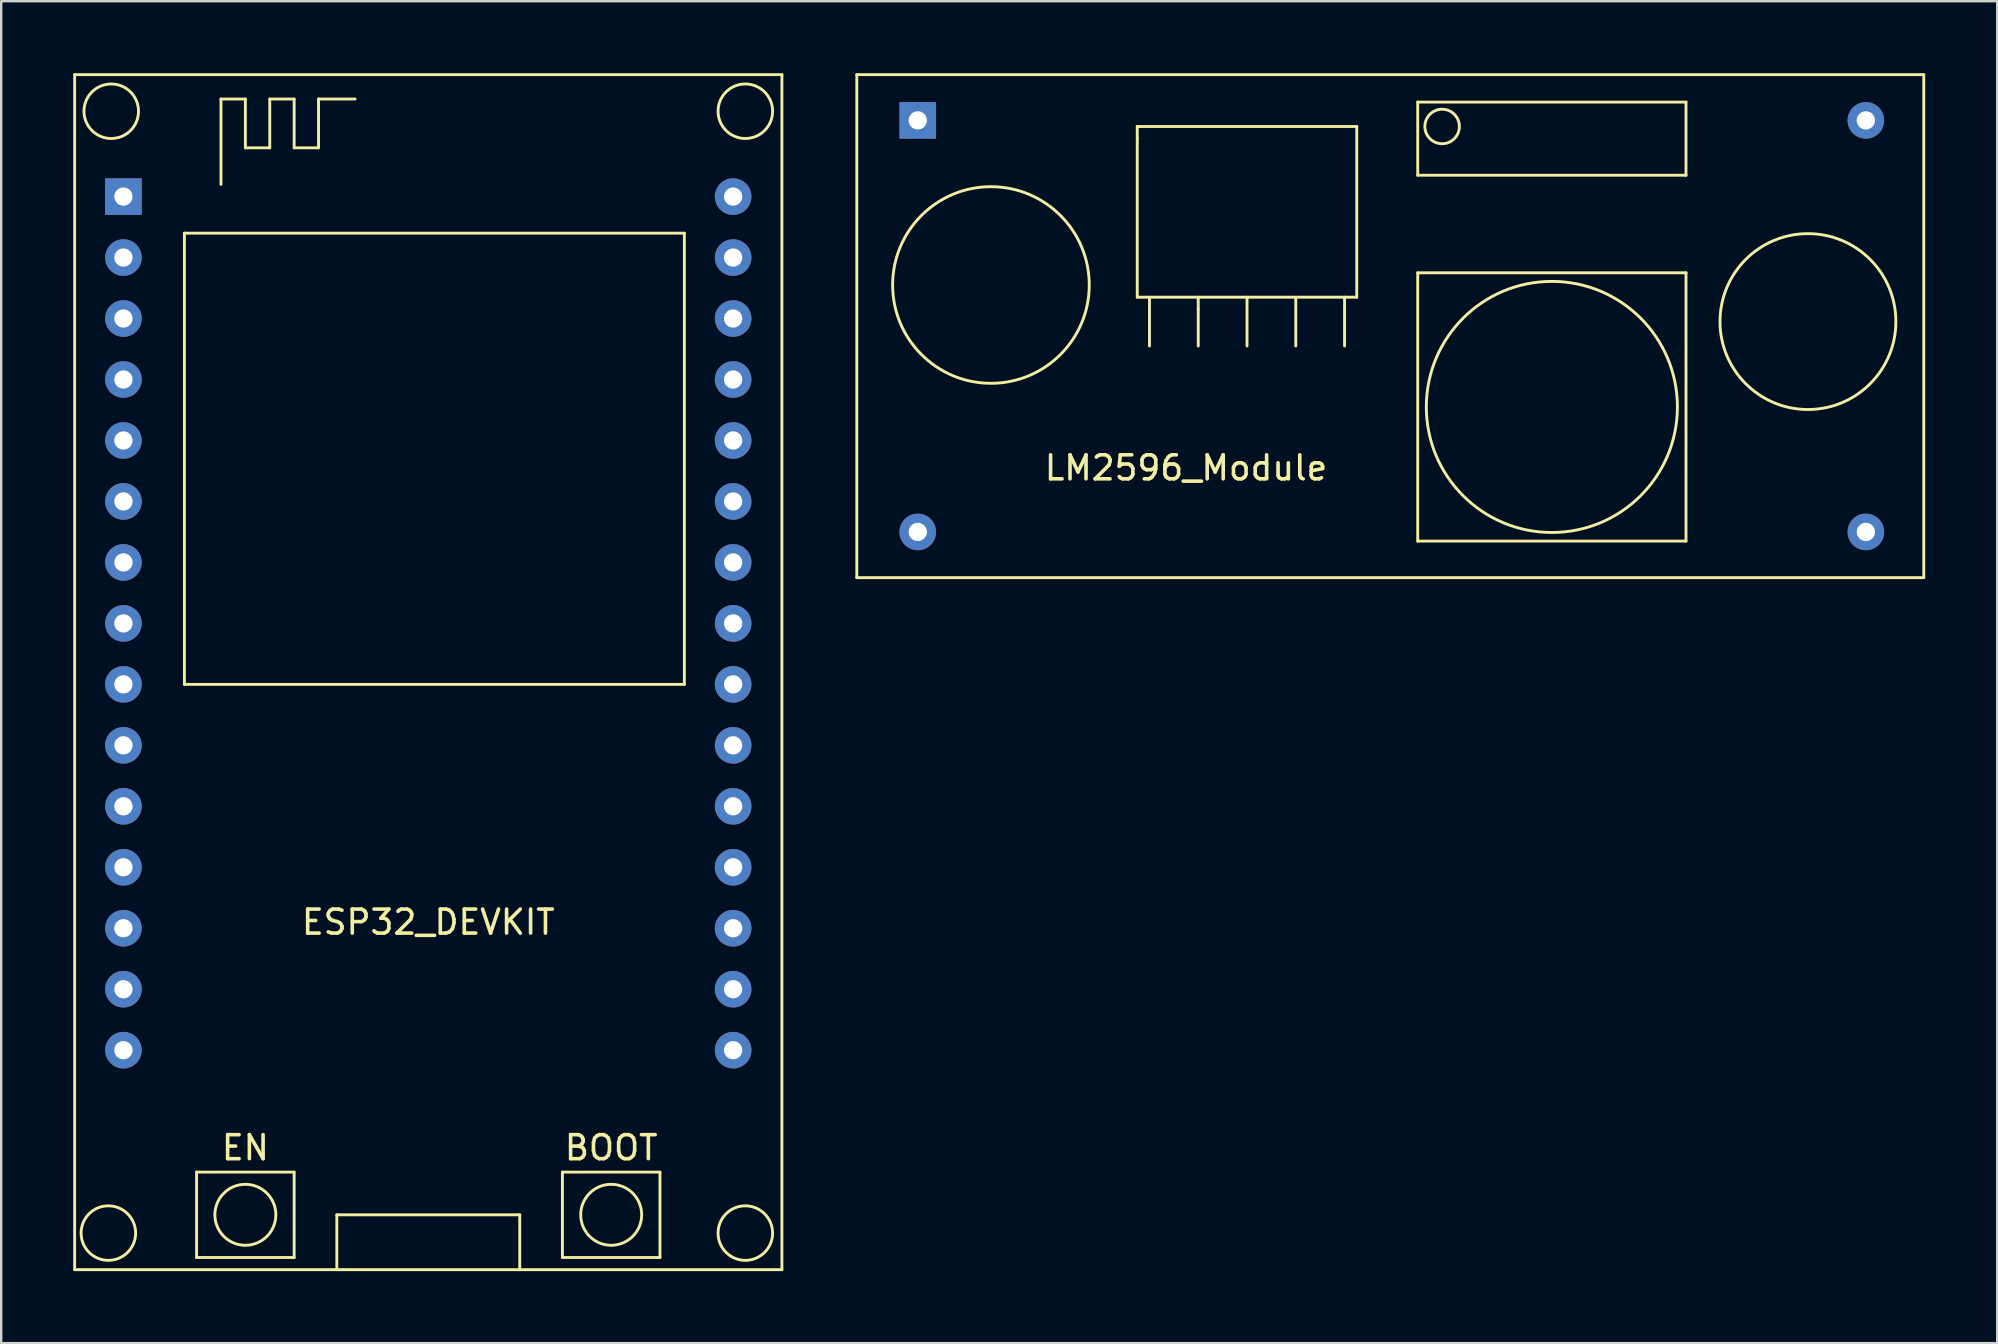
<source format=kicad_pcb>
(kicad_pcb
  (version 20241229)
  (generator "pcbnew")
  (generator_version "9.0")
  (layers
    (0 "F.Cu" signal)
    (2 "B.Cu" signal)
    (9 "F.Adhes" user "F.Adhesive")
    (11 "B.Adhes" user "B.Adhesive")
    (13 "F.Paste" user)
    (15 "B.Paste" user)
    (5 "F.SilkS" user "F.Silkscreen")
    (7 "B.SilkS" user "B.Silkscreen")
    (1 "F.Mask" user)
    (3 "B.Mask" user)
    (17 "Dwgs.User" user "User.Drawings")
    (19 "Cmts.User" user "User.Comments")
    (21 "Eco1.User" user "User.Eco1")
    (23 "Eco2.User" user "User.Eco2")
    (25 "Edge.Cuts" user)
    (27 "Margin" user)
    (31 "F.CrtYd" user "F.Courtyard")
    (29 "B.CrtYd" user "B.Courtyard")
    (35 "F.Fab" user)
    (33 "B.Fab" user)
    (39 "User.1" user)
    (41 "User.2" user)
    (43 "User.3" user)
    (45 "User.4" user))
  (footprint "LM2596_Module"
    (layer "F.Cu")
    (at 55.504 10.855)
    (property "Reference" "LM2596_Module" (at -9.144 5.588 0) (layer "F.SilkS") (effects (font (size 1 1) (thickness 0.15))))
    (attr through_hole)
    (fp_line (start -22.86 -10.795) (end 21.59 -10.795) (stroke (width 0.12) (type solid)) (layer "F.SilkS"))
    (fp_line (start -22.86 10.16) (end -22.86 -10.795) (stroke (width 0.12) (type solid)) (layer "F.SilkS"))
    (fp_line (start -11.176 -8.636) (end -2.032 -8.636) (stroke (width 0.12) (type solid)) (layer "F.SilkS"))
    (fp_line (start -11.176 -8.128) (end -11.176 -8.636) (stroke (width 0.12) (type solid)) (layer "F.SilkS"))
    (fp_line (start -11.176 -1.524) (end -11.176 -8.128) (stroke (width 0.12) (type solid)) (layer "F.SilkS"))
    (fp_line (start -10.668 -1.524) (end -10.668 0.508) (stroke (width 0.12) (type solid)) (layer "F.SilkS"))
    (fp_line (start -8.636 -1.016) (end -8.636 -1.524) (stroke (width 0.12) (type solid)) (layer "F.SilkS"))
    (fp_line (start -8.636 -1.016) (end -8.636 0.508) (stroke (width 0.12) (type solid)) (layer "F.SilkS"))
    (fp_line (start -6.604 -1.524) (end -6.604 0.508) (stroke (width 0.12) (type solid)) (layer "F.SilkS"))
    (fp_line (start -4.572 -1.524) (end -4.572 0.508) (stroke (width 0.12) (type solid)) (layer "F.SilkS"))
    (fp_line (start -2.54 -1.524) (end -2.54 0.508) (stroke (width 0.12) (type solid)) (layer "F.SilkS"))
    (fp_line (start -2.032 -8.636) (end -2.032 -1.524) (stroke (width 0.12) (type solid)) (layer "F.SilkS"))
    (fp_line (start -2.032 -1.524) (end -11.176 -1.524) (stroke (width 0.12) (type solid)) (layer "F.SilkS"))
    (fp_line (start 0.508 -9.652) (end 11.684 -9.652) (stroke (width 0.12) (type solid)) (layer "F.SilkS"))
    (fp_line (start 0.508 -6.604) (end 0.508 -9.652) (stroke (width 0.12) (type solid)) (layer "F.SilkS"))
    (fp_line (start 0.508 -2.54) (end 0.508 8.636) (stroke (width 0.12) (type solid)) (layer "F.SilkS"))
    (fp_line (start 0.508 8.636) (end 11.684 8.636) (stroke (width 0.12) (type solid)) (layer "F.SilkS"))
    (fp_line (start 11.684 -9.652) (end 11.684 -6.604) (stroke (width 0.12) (type solid)) (layer "F.SilkS"))
    (fp_line (start 11.684 -6.604) (end 0.508 -6.604) (stroke (width 0.12) (type solid)) (layer "F.SilkS"))
    (fp_line (start 11.684 -2.54) (end 0.508 -2.54) (stroke (width 0.12) (type solid)) (layer "F.SilkS"))
    (fp_line (start 11.684 8.636) (end 11.684 -2.54) (stroke (width 0.12) (type solid)) (layer "F.SilkS"))
    (fp_line (start 21.59 -10.795) (end 21.59 10.16) (stroke (width 0.12) (type solid)) (layer "F.SilkS"))
    (fp_line (start 21.59 10.16) (end -22.86 10.16) (stroke (width 0.12) (type solid)) (layer "F.SilkS"))
    (fp_circle (center -17.272 -2.032) (end -15.24 -5.588) (stroke (width 0.12) (type solid)) (fill no) (layer "F.SilkS"))
    (fp_circle (center 1.524 -8.636) (end 2.032 -8.128) (stroke (width 0.12) (type solid)) (fill no) (layer "F.SilkS"))
    (fp_circle (center 6.096 3.048) (end 10.668 5.588) (stroke (width 0.12) (type solid)) (fill no) (layer "F.SilkS"))
    (fp_circle (center 16.764 -0.508) (end 19.812 -2.54) (stroke (width 0.12) (type solid)) (fill no) (layer "F.SilkS"))
    (pad "1" thru_hole rect (at -20.32 -8.89) (size 1.524 1.524) (drill 0.762) (layers "*.Cu" "*.Mask"))
    (pad "2" thru_hole circle (at -20.32 8.255) (size 1.524 1.524) (drill 0.762) (layers "*.Cu" "*.Mask"))
    (pad "3" thru_hole circle (at 19.177 -8.89) (size 1.524 1.524) (drill 0.762) (layers "*.Cu" "*.Mask"))
    (pad "4" thru_hole circle (at 19.177 8.255) (size 1.524 1.524) (drill 0.762) (layers "*.Cu" "*.Mask")))
  (footprint "ESP32_DEVKIT"
    (layer "F.Cu")
    (at 14.792 20.38)
    (property "Reference" "ESP32_DEVKIT" (at 0 14.986 0) (layer "F.SilkS") (effects (font (size 1 1) (thickness 0.15))))
    (attr through_hole)
    (fp_line (start -14.732 -20.32) (end 14.732 -20.32) (stroke (width 0.12) (type solid)) (layer "F.SilkS"))
    (fp_line (start -14.732 29.464) (end -14.732 -20.32) (stroke (width 0.12) (type solid)) (layer "F.SilkS"))
    (fp_line (start -10.16 -13.716) (end 10.668 -13.716) (stroke (width 0.12) (type solid)) (layer "F.SilkS"))
    (fp_line (start -10.16 5.08) (end -10.16 -13.716) (stroke (width 0.12) (type solid)) (layer "F.SilkS"))
    (fp_line (start -9.652 25.4) (end -5.588 25.4) (stroke (width 0.12) (type solid)) (layer "F.SilkS"))
    (fp_line (start -9.652 28.956) (end -9.652 25.4) (stroke (width 0.12) (type solid)) (layer "F.SilkS"))
    (fp_line (start -8.636 -19.304) (end -7.62 -19.304) (stroke (width 0.12) (type solid)) (layer "F.SilkS"))
    (fp_line (start -8.636 -15.748) (end -8.636 -19.304) (stroke (width 0.12) (type solid)) (layer "F.SilkS"))
    (fp_line (start -7.62 -19.304) (end -7.62 -17.272) (stroke (width 0.12) (type solid)) (layer "F.SilkS"))
    (fp_line (start -7.62 -17.272) (end -6.604 -17.272) (stroke (width 0.12) (type solid)) (layer "F.SilkS"))
    (fp_line (start -6.604 -19.304) (end -5.588 -19.304) (stroke (width 0.12) (type solid)) (layer "F.SilkS"))
    (fp_line (start -6.604 -17.272) (end -6.604 -19.304) (stroke (width 0.12) (type solid)) (layer "F.SilkS"))
    (fp_line (start -5.588 -19.304) (end -5.588 -17.272) (stroke (width 0.12) (type solid)) (layer "F.SilkS"))
    (fp_line (start -5.588 -17.272) (end -4.572 -17.272) (stroke (width 0.12) (type solid)) (layer "F.SilkS"))
    (fp_line (start -5.588 25.4) (end -5.588 28.956) (stroke (width 0.12) (type solid)) (layer "F.SilkS"))
    (fp_line (start -5.588 28.956) (end -9.652 28.956) (stroke (width 0.12) (type solid)) (layer "F.SilkS"))
    (fp_line (start -4.572 -19.304) (end -3.048 -19.304) (stroke (width 0.12) (type solid)) (layer "F.SilkS"))
    (fp_line (start -4.572 -17.272) (end -4.572 -19.304) (stroke (width 0.12) (type solid)) (layer "F.SilkS"))
    (fp_line (start -3.81 27.178) (end 3.81 27.178) (stroke (width 0.12) (type solid)) (layer "F.SilkS"))
    (fp_line (start -3.81 29.464) (end -3.81 27.178) (stroke (width 0.12) (type solid)) (layer "F.SilkS"))
    (fp_line (start 3.81 27.178) (end 3.81 29.464) (stroke (width 0.12) (type solid)) (layer "F.SilkS"))
    (fp_line (start 5.588 25.4) (end 9.652 25.4) (stroke (width 0.12) (type solid)) (layer "F.SilkS"))
    (fp_line (start 5.588 28.956) (end 5.588 25.4) (stroke (width 0.12) (type solid)) (layer "F.SilkS"))
    (fp_line (start 9.652 25.4) (end 9.652 28.956) (stroke (width 0.12) (type solid)) (layer "F.SilkS"))
    (fp_line (start 9.652 28.956) (end 5.588 28.956) (stroke (width 0.12) (type solid)) (layer "F.SilkS"))
    (fp_line (start 10.668 -13.716) (end 10.668 5.08) (stroke (width 0.12) (type solid)) (layer "F.SilkS"))
    (fp_line (start 10.668 5.08) (end -10.16 5.08) (stroke (width 0.12) (type solid)) (layer "F.SilkS"))
    (fp_line (start 14.732 -20.32) (end 14.732 29.464) (stroke (width 0.12) (type solid)) (layer "F.SilkS"))
    (fp_line (start 14.732 29.464) (end -14.732 29.464) (stroke (width 0.12) (type solid)) (layer "F.SilkS"))
    (fp_circle (center -13.328 27.94) (end -12.312 28.448) (stroke (width 0.12) (type solid)) (fill no) (layer "F.SilkS"))
    (fp_circle (center -13.208 -18.796) (end -12.192 -18.288) (stroke (width 0.12) (type solid)) (fill no) (layer "F.SilkS"))
    (fp_circle (center -7.62 27.178) (end -8.89 27.178) (stroke (width 0.12) (type solid)) (fill no) (layer "F.SilkS"))
    (fp_circle (center 7.62 27.178) (end 8.89 27.178) (stroke (width 0.12) (type solid)) (fill no) (layer "F.SilkS"))
    (fp_circle (center 13.208 -18.796) (end 14.344 -18.796) (stroke (width 0.12) (type solid)) (fill no) (layer "F.SilkS"))
    (fp_circle (center 13.208 27.94) (end 13.716 26.924) (stroke (width 0.12) (type solid)) (fill no) (layer "F.SilkS"))
    (fp_text user "EN" (at -7.62 24.384 0) (layer "F.SilkS") (effects (font (size 1 1) (thickness 0.15))))
    (fp_text user "BOOT" (at 7.62 24.384 0) (layer "F.SilkS") (effects (font (size 1 1) (thickness 0.15))))
    (pad "1" thru_hole rect (at -12.7 -15.24) (size 1.524 1.524) (drill 0.762) (layers "*.Cu" "*.Mask"))
    (pad "2" thru_hole circle (at -12.7 -12.7) (size 1.524 1.524) (drill 0.762) (layers "*.Cu" "*.Mask"))
    (pad "3" thru_hole circle (at -12.7 -10.16) (size 1.524 1.524) (drill 0.762) (layers "*.Cu" "*.Mask"))
    (pad "4" thru_hole circle (at -12.7 -7.62) (size 1.524 1.524) (drill 0.762) (layers "*.Cu" "*.Mask"))
    (pad "5" thru_hole circle (at -12.7 -5.08) (size 1.524 1.524) (drill 0.762) (layers "*.Cu" "*.Mask"))
    (pad "6" thru_hole circle (at -12.7 -2.54) (size 1.524 1.524) (drill 0.762) (layers "*.Cu" "*.Mask"))
    (pad "7" thru_hole circle (at -12.7 0) (size 1.524 1.524) (drill 0.762) (layers "*.Cu" "*.Mask"))
    (pad "8" thru_hole circle (at -12.7 2.54) (size 1.524 1.524) (drill 0.762) (layers "*.Cu" "*.Mask"))
    (pad "9" thru_hole circle (at -12.7 5.08) (size 1.524 1.524) (drill 0.762) (layers "*.Cu" "*.Mask"))
    (pad "10" thru_hole circle (at -12.7 7.62) (size 1.524 1.524) (drill 0.762) (layers "*.Cu" "*.Mask"))
    (pad "11" thru_hole circle (at -12.7 10.16) (size 1.524 1.524) (drill 0.762) (layers "*.Cu" "*.Mask"))
    (pad "12" thru_hole circle (at -12.7 12.7) (size 1.524 1.524) (drill 0.762) (layers "*.Cu" "*.Mask"))
    (pad "13" thru_hole circle (at -12.7 15.24) (size 1.524 1.524) (drill 0.762) (layers "*.Cu" "*.Mask"))
    (pad "14" thru_hole circle (at -12.7 17.78) (size 1.524 1.524) (drill 0.762) (layers "*.Cu" "*.Mask"))
    (pad "15" thru_hole circle (at -12.7 20.32) (size 1.524 1.524) (drill 0.762) (layers "*.Cu" "*.Mask"))
    (pad "16" thru_hole circle (at 12.7 -15.24) (size 1.524 1.524) (drill 0.762) (layers "*.Cu" "*.Mask"))
    (pad "17" thru_hole circle (at 12.7 -12.7) (size 1.524 1.524) (drill 0.762) (layers "*.Cu" "*.Mask"))
    (pad "18" thru_hole circle (at 12.7 -10.16) (size 1.524 1.524) (drill 0.762) (layers "*.Cu" "*.Mask"))
    (pad "19" thru_hole circle (at 12.7 -7.62) (size 1.524 1.524) (drill 0.762) (layers "*.Cu" "*.Mask"))
    (pad "20" thru_hole circle (at 12.7 -5.08) (size 1.524 1.524) (drill 0.762) (layers "*.Cu" "*.Mask"))
    (pad "21" thru_hole circle (at 12.7 -2.54) (size 1.524 1.524) (drill 0.762) (layers "*.Cu" "*.Mask"))
    (pad "22" thru_hole circle (at 12.7 0) (size 1.524 1.524) (drill 0.762) (layers "*.Cu" "*.Mask"))
    (pad "23" thru_hole circle (at 12.7 2.54) (size 1.524 1.524) (drill 0.762) (layers "*.Cu" "*.Mask"))
    (pad "24" thru_hole circle (at 12.7 5.08) (size 1.524 1.524) (drill 0.762) (layers "*.Cu" "*.Mask"))
    (pad "25" thru_hole circle (at 12.7 7.62) (size 1.524 1.524) (drill 0.762) (layers "*.Cu" "*.Mask"))
    (pad "26" thru_hole circle (at 12.7 10.16) (size 1.524 1.524) (drill 0.762) (layers "*.Cu" "*.Mask"))
    (pad "27" thru_hole circle (at 12.7 12.7) (size 1.524 1.524) (drill 0.762) (layers "*.Cu" "*.Mask"))
    (pad "28" thru_hole circle (at 12.7 15.24) (size 1.524 1.524) (drill 0.762) (layers "*.Cu" "*.Mask"))
    (pad "29" thru_hole circle (at 12.7 17.78) (size 1.524 1.524) (drill 0.762) (layers "*.Cu" "*.Mask"))
    (pad "30" thru_hole circle (at 12.7 20.32) (size 1.524 1.524) (drill 0.762) (layers "*.Cu" "*.Mask")))
  (gr_rect
    (start -3 -3)
    (end 80.154 52.904)
    (stroke (width 0.1) (type default))
    (fill no)
    (layer "Edge.Cuts")))
</source>
